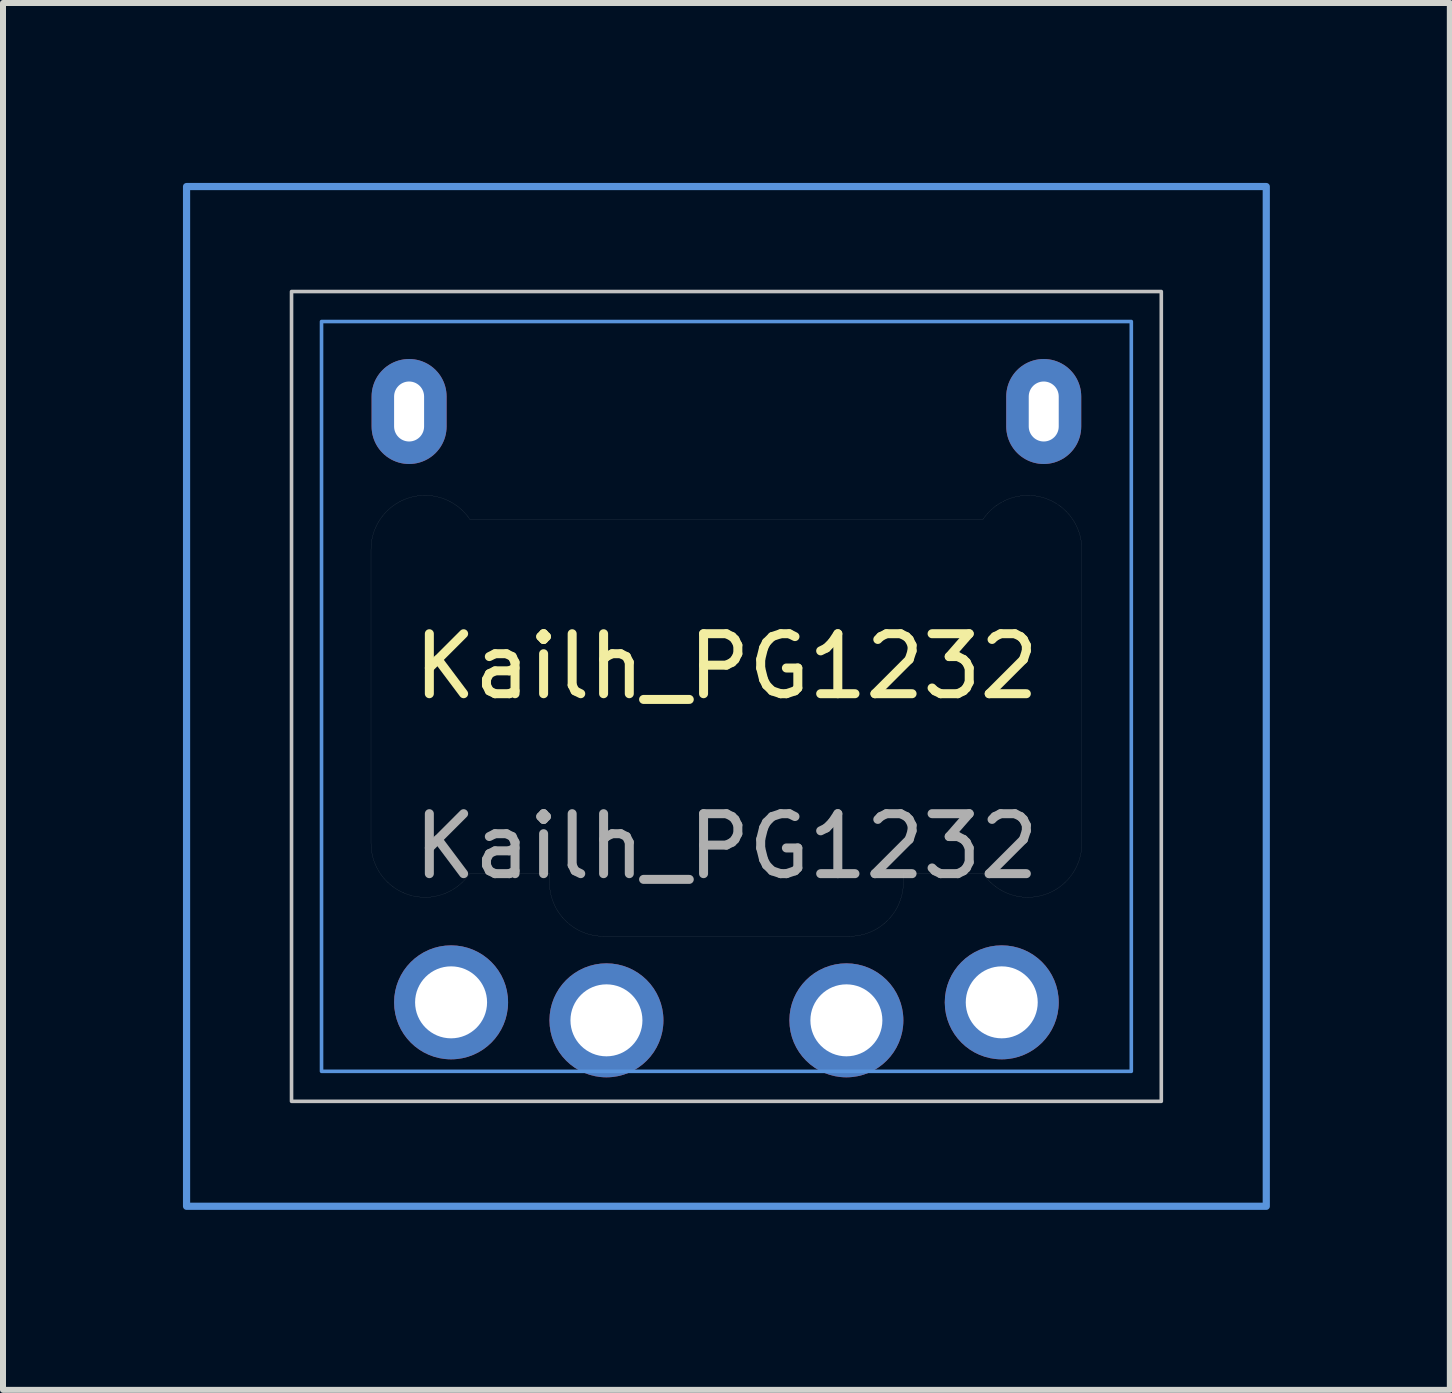
<source format=kicad_pcb>
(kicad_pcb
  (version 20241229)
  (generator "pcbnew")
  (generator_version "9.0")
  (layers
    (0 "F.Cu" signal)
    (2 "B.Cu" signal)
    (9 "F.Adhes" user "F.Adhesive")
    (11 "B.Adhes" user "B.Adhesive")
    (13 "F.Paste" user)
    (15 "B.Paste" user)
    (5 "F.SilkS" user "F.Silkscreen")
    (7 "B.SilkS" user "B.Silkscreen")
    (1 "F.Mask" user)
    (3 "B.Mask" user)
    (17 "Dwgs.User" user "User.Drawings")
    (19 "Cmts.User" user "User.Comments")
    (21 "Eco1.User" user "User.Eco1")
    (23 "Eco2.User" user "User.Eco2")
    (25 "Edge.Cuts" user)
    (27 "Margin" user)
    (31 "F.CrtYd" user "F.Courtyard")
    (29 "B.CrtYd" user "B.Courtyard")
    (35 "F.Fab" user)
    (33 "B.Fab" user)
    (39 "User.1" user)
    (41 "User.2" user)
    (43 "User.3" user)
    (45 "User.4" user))
  (footprint "Kailh_PG1232"
    (layer "F.Cu")
    (at 9.06 8.56)
    (property "Reference" "Kailh_PG1232" (at 0 -0.5 0) (unlocked yes) (layer "F.SilkS") (effects (font (size 1 1) (thickness 0.15))))
    (fp_rect (start -7.25 -6.75) (end 7.25 6.75) (stroke (width 0.06) (type solid)) (fill no) (layer "Dwgs.User"))
    (fp_rect (start -9 -8.5) (end 9 8.5) (stroke (width 0.12) (type solid)) (fill no) (layer "Cmts.User"))
    (fp_rect (start -6.75 -6.25) (end 6.75 6.25) (stroke (width 0.06) (type solid)) (fill no) (layer "Cmts.User"))
    (fp_line (start -5.925 -2.451) (end -5.925 -2.451) (stroke (width 0.001) (type solid)) (layer "Edge.Cuts"))
    (fp_line (start -5.925 -2.451) (end -5.925 2.449) (stroke (width 0.001) (type solid)) (layer "Edge.Cuts"))
    (fp_line (start -5.925 2.449) (end -5.925 2.449) (stroke (width 0.001) (type solid)) (layer "Edge.Cuts"))
    (fp_line (start -5.925 2.449) (end -5.924 2.486) (stroke (width 0.001) (type solid)) (layer "Edge.Cuts"))
    (fp_line (start -5.924 -2.488) (end -5.925 -2.451) (stroke (width 0.001) (type solid)) (layer "Edge.Cuts"))
    (fp_line (start -5.924 2.486) (end -5.922 2.522) (stroke (width 0.001) (type solid)) (layer "Edge.Cuts"))
    (fp_line (start -5.922 -2.525) (end -5.924 -2.488) (stroke (width 0.001) (type solid)) (layer "Edge.Cuts"))
    (fp_line (start -5.922 2.522) (end -5.913 2.595) (stroke (width 0.001) (type solid)) (layer "Edge.Cuts"))
    (fp_line (start -5.918 -2.561) (end -5.922 -2.525) (stroke (width 0.001) (type solid)) (layer "Edge.Cuts"))
    (fp_line (start -5.913 -2.597) (end -5.918 -2.561) (stroke (width 0.001) (type solid)) (layer "Edge.Cuts"))
    (fp_line (start -5.913 2.595) (end -5.899 2.666) (stroke (width 0.001) (type solid)) (layer "Edge.Cuts"))
    (fp_line (start -5.907 -2.633) (end -5.913 -2.597) (stroke (width 0.001) (type solid)) (layer "Edge.Cuts"))
    (fp_line (start -5.899 -2.668) (end -5.907 -2.633) (stroke (width 0.001) (type solid)) (layer "Edge.Cuts"))
    (fp_line (start -5.899 2.666) (end -5.879 2.734) (stroke (width 0.001) (type solid)) (layer "Edge.Cuts"))
    (fp_line (start -5.889 -2.703) (end -5.899 -2.668) (stroke (width 0.001) (type solid)) (layer "Edge.Cuts"))
    (fp_line (start -5.879 -2.737) (end -5.889 -2.703) (stroke (width 0.001) (type solid)) (layer "Edge.Cuts"))
    (fp_line (start -5.879 2.734) (end -5.853 2.801) (stroke (width 0.001) (type solid)) (layer "Edge.Cuts"))
    (fp_line (start -5.867 -2.771) (end -5.879 -2.737) (stroke (width 0.001) (type solid)) (layer "Edge.Cuts"))
    (fp_line (start -5.853 -2.804) (end -5.867 -2.771) (stroke (width 0.001) (type solid)) (layer "Edge.Cuts"))
    (fp_line (start -5.853 2.801) (end -5.823 2.865) (stroke (width 0.001) (type solid)) (layer "Edge.Cuts"))
    (fp_line (start -5.839 -2.836) (end -5.853 -2.804) (stroke (width 0.001) (type solid)) (layer "Edge.Cuts"))
    (fp_line (start -5.823 -2.868) (end -5.839 -2.836) (stroke (width 0.001) (type solid)) (layer "Edge.Cuts"))
    (fp_line (start -5.823 2.865) (end -5.788 2.926) (stroke (width 0.001) (type solid)) (layer "Edge.Cuts"))
    (fp_line (start -5.806 -2.899) (end -5.823 -2.868) (stroke (width 0.001) (type solid)) (layer "Edge.Cuts"))
    (fp_line (start -5.788 2.926) (end -5.748 2.985) (stroke (width 0.001) (type solid)) (layer "Edge.Cuts"))
    (fp_line (start -5.788 -2.929) (end -5.806 -2.899) (stroke (width 0.001) (type solid)) (layer "Edge.Cuts"))
    (fp_line (start -5.768 -2.959) (end -5.788 -2.929) (stroke (width 0.001) (type solid)) (layer "Edge.Cuts"))
    (fp_line (start -5.748 -2.987) (end -5.768 -2.959) (stroke (width 0.001) (type solid)) (layer "Edge.Cuts"))
    (fp_line (start -5.748 2.985) (end -5.704 3.04) (stroke (width 0.001) (type solid)) (layer "Edge.Cuts"))
    (fp_line (start -5.726 -3.015) (end -5.748 -2.987) (stroke (width 0.001) (type solid)) (layer "Edge.Cuts"))
    (fp_line (start -5.704 -3.042) (end -5.726 -3.015) (stroke (width 0.001) (type solid)) (layer "Edge.Cuts"))
    (fp_line (start -5.704 3.04) (end -5.655 3.091) (stroke (width 0.001) (type solid)) (layer "Edge.Cuts"))
    (fp_line (start -5.68 -3.069) (end -5.704 -3.042) (stroke (width 0.001) (type solid)) (layer "Edge.Cuts"))
    (fp_line (start -5.655 3.091) (end -5.602 3.139) (stroke (width 0.001) (type solid)) (layer "Edge.Cuts"))
    (fp_line (start -5.655 -3.094) (end -5.68 -3.069) (stroke (width 0.001) (type solid)) (layer "Edge.Cuts"))
    (fp_line (start -5.629 -3.118) (end -5.655 -3.094) (stroke (width 0.001) (type solid)) (layer "Edge.Cuts"))
    (fp_line (start -5.602 3.139) (end -5.546 3.183) (stroke (width 0.001) (type solid)) (layer "Edge.Cuts"))
    (fp_line (start -5.602 -3.142) (end -5.629 -3.118) (stroke (width 0.001) (type solid)) (layer "Edge.Cuts"))
    (fp_line (start -5.575 -3.164) (end -5.602 -3.142) (stroke (width 0.001) (type solid)) (layer "Edge.Cuts"))
    (fp_line (start -5.546 3.183) (end -5.486 3.222) (stroke (width 0.001) (type solid)) (layer "Edge.Cuts"))
    (fp_line (start -5.546 -3.185) (end -5.575 -3.164) (stroke (width 0.001) (type solid)) (layer "Edge.Cuts"))
    (fp_line (start -5.517 -3.205) (end -5.546 -3.185) (stroke (width 0.001) (type solid)) (layer "Edge.Cuts"))
    (fp_line (start -5.486 3.222) (end -5.423 3.256) (stroke (width 0.001) (type solid)) (layer "Edge.Cuts"))
    (fp_line (start -5.486 -3.224) (end -5.517 -3.205) (stroke (width 0.001) (type solid)) (layer "Edge.Cuts"))
    (fp_line (start -5.455 -3.242) (end -5.486 -3.224) (stroke (width 0.001) (type solid)) (layer "Edge.Cuts"))
    (fp_line (start -5.423 3.256) (end -5.356 3.286) (stroke (width 0.001) (type solid)) (layer "Edge.Cuts"))
    (fp_line (start -5.423 -3.259) (end -5.455 -3.242) (stroke (width 0.001) (type solid)) (layer "Edge.Cuts"))
    (fp_line (start -5.39 -3.274) (end -5.423 -3.259) (stroke (width 0.001) (type solid)) (layer "Edge.Cuts"))
    (fp_line (start -5.356 3.286) (end -5.321 3.298) (stroke (width 0.001) (type solid)) (layer "Edge.Cuts"))
    (fp_line (start -5.356 -3.288) (end -5.39 -3.274) (stroke (width 0.001) (type solid)) (layer "Edge.Cuts"))
    (fp_line (start -5.321 3.298) (end -5.286 3.31) (stroke (width 0.001) (type solid)) (layer "Edge.Cuts"))
    (fp_line (start -5.321 -3.301) (end -5.356 -3.288) (stroke (width 0.001) (type solid)) (layer "Edge.Cuts"))
    (fp_line (start -5.286 3.31) (end -5.286 3.31) (stroke (width 0.001) (type solid)) (layer "Edge.Cuts"))
    (fp_line (start -5.286 3.31) (end -5.215 3.328) (stroke (width 0.001) (type solid)) (layer "Edge.Cuts"))
    (fp_line (start -5.286 -3.313) (end -5.321 -3.301) (stroke (width 0.001) (type solid)) (layer "Edge.Cuts"))
    (fp_line (start -5.286 -3.313) (end -5.286 -3.313) (stroke (width 0.001) (type solid)) (layer "Edge.Cuts"))
    (fp_line (start -5.251 -3.323) (end -5.286 -3.313) (stroke (width 0.001) (type solid)) (layer "Edge.Cuts"))
    (fp_line (start -5.215 3.328) (end -5.143 3.341) (stroke (width 0.001) (type solid)) (layer "Edge.Cuts"))
    (fp_line (start -5.215 -3.331) (end -5.251 -3.323) (stroke (width 0.001) (type solid)) (layer "Edge.Cuts"))
    (fp_line (start -5.179 -3.338) (end -5.215 -3.331) (stroke (width 0.001) (type solid)) (layer "Edge.Cuts"))
    (fp_line (start -5.143 3.341) (end -5.071 3.348) (stroke (width 0.001) (type solid)) (layer "Edge.Cuts"))
    (fp_line (start -5.143 -3.344) (end -5.179 -3.338) (stroke (width 0.001) (type solid)) (layer "Edge.Cuts"))
    (fp_line (start -5.107 -3.348) (end -5.143 -3.344) (stroke (width 0.001) (type solid)) (layer "Edge.Cuts"))
    (fp_line (start -5.071 3.348) (end -4.999 3.348) (stroke (width 0.001) (type solid)) (layer "Edge.Cuts"))
    (fp_line (start -5.071 -3.35) (end -5.107 -3.348) (stroke (width 0.001) (type solid)) (layer "Edge.Cuts"))
    (fp_line (start -5.035 -3.351) (end -5.071 -3.35) (stroke (width 0.001) (type solid)) (layer "Edge.Cuts"))
    (fp_line (start -4.999 3.348) (end -4.928 3.344) (stroke (width 0.001) (type solid)) (layer "Edge.Cuts"))
    (fp_line (start -4.999 -3.351) (end -5.035 -3.351) (stroke (width 0.001) (type solid)) (layer "Edge.Cuts"))
    (fp_line (start -4.964 -3.349) (end -4.999 -3.351) (stroke (width 0.001) (type solid)) (layer "Edge.Cuts"))
    (fp_line (start -4.928 3.344) (end -4.858 3.333) (stroke (width 0.001) (type solid)) (layer "Edge.Cuts"))
    (fp_line (start -4.928 -3.346) (end -4.964 -3.349) (stroke (width 0.001) (type solid)) (layer "Edge.Cuts"))
    (fp_line (start -4.893 -3.342) (end -4.928 -3.346) (stroke (width 0.001) (type solid)) (layer "Edge.Cuts"))
    (fp_line (start -4.858 3.333) (end -4.789 3.317) (stroke (width 0.001) (type solid)) (layer "Edge.Cuts"))
    (fp_line (start -4.858 -3.336) (end -4.893 -3.342) (stroke (width 0.001) (type solid)) (layer "Edge.Cuts"))
    (fp_line (start -4.824 -3.328) (end -4.858 -3.336) (stroke (width 0.001) (type solid)) (layer "Edge.Cuts"))
    (fp_line (start -4.789 3.317) (end -4.722 3.296) (stroke (width 0.001) (type solid)) (layer "Edge.Cuts"))
    (fp_line (start -4.789 -3.32) (end -4.824 -3.328) (stroke (width 0.001) (type solid)) (layer "Edge.Cuts"))
    (fp_line (start -4.755 -3.31) (end -4.789 -3.32) (stroke (width 0.001) (type solid)) (layer "Edge.Cuts"))
    (fp_line (start -4.722 3.296) (end -4.656 3.27) (stroke (width 0.001) (type solid)) (layer "Edge.Cuts"))
    (fp_line (start -4.722 -3.299) (end -4.755 -3.31) (stroke (width 0.001) (type solid)) (layer "Edge.Cuts"))
    (fp_line (start -4.689 -3.286) (end -4.722 -3.299) (stroke (width 0.001) (type solid)) (layer "Edge.Cuts"))
    (fp_line (start -4.656 3.27) (end -4.593 3.238) (stroke (width 0.001) (type solid)) (layer "Edge.Cuts"))
    (fp_line (start -4.656 -3.272) (end -4.689 -3.286) (stroke (width 0.001) (type solid)) (layer "Edge.Cuts"))
    (fp_line (start -4.624 -3.257) (end -4.656 -3.272) (stroke (width 0.001) (type solid)) (layer "Edge.Cuts"))
    (fp_line (start -4.593 3.238) (end -4.532 3.202) (stroke (width 0.001) (type solid)) (layer "Edge.Cuts"))
    (fp_line (start -4.593 -3.241) (end -4.624 -3.257) (stroke (width 0.001) (type solid)) (layer "Edge.Cuts"))
    (fp_line (start -4.562 -3.223) (end -4.593 -3.241) (stroke (width 0.001) (type solid)) (layer "Edge.Cuts"))
    (fp_line (start -4.532 3.202) (end -4.474 3.16) (stroke (width 0.001) (type solid)) (layer "Edge.Cuts"))
    (fp_line (start -4.532 -3.204) (end -4.562 -3.223) (stroke (width 0.001) (type solid)) (layer "Edge.Cuts"))
    (fp_line (start -4.503 -3.184) (end -4.532 -3.204) (stroke (width 0.001) (type solid)) (layer "Edge.Cuts"))
    (fp_line (start -4.474 3.16) (end -4.419 3.114) (stroke (width 0.001) (type solid)) (layer "Edge.Cuts"))
    (fp_line (start -4.474 -3.163) (end -4.503 -3.184) (stroke (width 0.001) (type solid)) (layer "Edge.Cuts"))
    (fp_line (start -4.446 -3.141) (end -4.474 -3.163) (stroke (width 0.001) (type solid)) (layer "Edge.Cuts"))
    (fp_line (start -4.419 3.114) (end -4.368 3.064) (stroke (width 0.001) (type solid)) (layer "Edge.Cuts"))
    (fp_line (start -4.419 -3.117) (end -4.446 -3.141) (stroke (width 0.001) (type solid)) (layer "Edge.Cuts"))
    (fp_line (start -4.393 -3.092) (end -4.419 -3.117) (stroke (width 0.001) (type solid)) (layer "Edge.Cuts"))
    (fp_line (start -4.368 3.064) (end -4.32 3.008) (stroke (width 0.001) (type solid)) (layer "Edge.Cuts"))
    (fp_line (start -4.368 -3.066) (end -4.393 -3.092) (stroke (width 0.001) (type solid)) (layer "Edge.Cuts"))
    (fp_line (start -4.343 -3.039) (end -4.368 -3.066) (stroke (width 0.001) (type solid)) (layer "Edge.Cuts"))
    (fp_line (start -4.32 3.008) (end -4.277 2.949) (stroke (width 0.001) (type solid)) (layer "Edge.Cuts"))
    (fp_line (start -4.32 -3.011) (end -4.343 -3.039) (stroke (width 0.001) (type solid)) (layer "Edge.Cuts"))
    (fp_line (start -4.298 -2.982) (end -4.32 -3.011) (stroke (width 0.001) (type solid)) (layer "Edge.Cuts"))
    (fp_line (start -4.277 2.949) (end -4.277 2.949) (stroke (width 0.001) (type solid)) (layer "Edge.Cuts"))
    (fp_line (start -4.277 2.949) (end -2.95 2.949) (stroke (width 0.001) (type solid)) (layer "Edge.Cuts"))
    (fp_line (start -4.277 -2.951) (end -4.298 -2.982) (stroke (width 0.001) (type solid)) (layer "Edge.Cuts"))
    (fp_line (start -2.95 2.949) (end -2.95 2.949) (stroke (width 0.001) (type solid)) (layer "Edge.Cuts"))
    (fp_line (start -2.95 2.949) (end -2.95 3.099) (stroke (width 0.001) (type solid)) (layer "Edge.Cuts"))
    (fp_line (start -2.95 3.099) (end -2.95 3.099) (stroke (width 0.001) (type solid)) (layer "Edge.Cuts"))
    (fp_line (start -2.95 3.099) (end -2.949 3.143) (stroke (width 0.001) (type solid)) (layer "Edge.Cuts"))
    (fp_line (start -2.949 3.143) (end -2.946 3.188) (stroke (width 0.001) (type solid)) (layer "Edge.Cuts"))
    (fp_line (start -2.946 3.188) (end -2.94 3.232) (stroke (width 0.001) (type solid)) (layer "Edge.Cuts"))
    (fp_line (start -2.94 3.232) (end -2.933 3.275) (stroke (width 0.001) (type solid)) (layer "Edge.Cuts"))
    (fp_line (start -2.933 3.275) (end -2.923 3.318) (stroke (width 0.001) (type solid)) (layer "Edge.Cuts"))
    (fp_line (start -2.923 3.318) (end -2.911 3.36) (stroke (width 0.001) (type solid)) (layer "Edge.Cuts"))
    (fp_line (start -2.911 3.36) (end -2.897 3.402) (stroke (width 0.001) (type solid)) (layer "Edge.Cuts"))
    (fp_line (start -2.897 3.402) (end -2.881 3.443) (stroke (width 0.001) (type solid)) (layer "Edge.Cuts"))
    (fp_line (start -2.881 3.443) (end -2.864 3.483) (stroke (width 0.001) (type solid)) (layer "Edge.Cuts"))
    (fp_line (start -2.864 3.483) (end -2.844 3.523) (stroke (width 0.001) (type solid)) (layer "Edge.Cuts"))
    (fp_line (start -2.844 3.523) (end -2.822 3.561) (stroke (width 0.001) (type solid)) (layer "Edge.Cuts"))
    (fp_line (start -2.822 3.561) (end -2.799 3.598) (stroke (width 0.001) (type solid)) (layer "Edge.Cuts"))
    (fp_line (start -2.799 3.598) (end -2.773 3.634) (stroke (width 0.001) (type solid)) (layer "Edge.Cuts"))
    (fp_line (start -2.773 3.634) (end -2.746 3.669) (stroke (width 0.001) (type solid)) (layer "Edge.Cuts"))
    (fp_line (start -2.746 3.669) (end -2.717 3.703) (stroke (width 0.001) (type solid)) (layer "Edge.Cuts"))
    (fp_line (start -2.717 3.703) (end -2.686 3.735) (stroke (width 0.001) (type solid)) (layer "Edge.Cuts"))
    (fp_line (start -2.686 3.735) (end -2.686 3.735) (stroke (width 0.001) (type solid)) (layer "Edge.Cuts"))
    (fp_line (start -2.686 3.735) (end -2.654 3.766) (stroke (width 0.001) (type solid)) (layer "Edge.Cuts"))
    (fp_line (start -2.654 3.766) (end -2.62 3.795) (stroke (width 0.001) (type solid)) (layer "Edge.Cuts"))
    (fp_line (start -2.62 3.795) (end -2.585 3.822) (stroke (width 0.001) (type solid)) (layer "Edge.Cuts"))
    (fp_line (start -2.585 3.822) (end -2.549 3.848) (stroke (width 0.001) (type solid)) (layer "Edge.Cuts"))
    (fp_line (start -2.549 3.848) (end -2.512 3.871) (stroke (width 0.001) (type solid)) (layer "Edge.Cuts"))
    (fp_line (start -2.512 3.871) (end -2.474 3.893) (stroke (width 0.001) (type solid)) (layer "Edge.Cuts"))
    (fp_line (start -2.474 3.893) (end -2.435 3.912) (stroke (width 0.001) (type solid)) (layer "Edge.Cuts"))
    (fp_line (start -2.435 3.912) (end -2.394 3.93) (stroke (width 0.001) (type solid)) (layer "Edge.Cuts"))
    (fp_line (start -2.394 3.93) (end -2.353 3.946) (stroke (width 0.001) (type solid)) (layer "Edge.Cuts"))
    (fp_line (start -2.353 3.946) (end -2.312 3.96) (stroke (width 0.001) (type solid)) (layer "Edge.Cuts"))
    (fp_line (start -2.312 3.96) (end -2.269 3.972) (stroke (width 0.001) (type solid)) (layer "Edge.Cuts"))
    (fp_line (start -2.269 3.972) (end -2.226 3.981) (stroke (width 0.001) (type solid)) (layer "Edge.Cuts"))
    (fp_line (start -2.226 3.981) (end -2.183 3.989) (stroke (width 0.001) (type solid)) (layer "Edge.Cuts"))
    (fp_line (start -2.183 3.989) (end -2.139 3.994) (stroke (width 0.001) (type solid)) (layer "Edge.Cuts"))
    (fp_line (start -2.139 3.994) (end -2.095 3.998) (stroke (width 0.001) (type solid)) (layer "Edge.Cuts"))
    (fp_line (start -2.095 3.998) (end -2.05 3.999) (stroke (width 0.001) (type solid)) (layer "Edge.Cuts"))
    (fp_line (start -2.05 3.999) (end -2.05 3.999) (stroke (width 0.001) (type solid)) (layer "Edge.Cuts"))
    (fp_line (start -2.05 3.999) (end 2.05 3.999) (stroke (width 0.001) (type solid)) (layer "Edge.Cuts"))
    (fp_line (start 2.05 3.999) (end 2.05 3.999) (stroke (width 0.001) (type solid)) (layer "Edge.Cuts"))
    (fp_line (start 2.05 3.999) (end 2.095 3.998) (stroke (width 0.001) (type solid)) (layer "Edge.Cuts"))
    (fp_line (start 2.095 3.998) (end 2.139 3.994) (stroke (width 0.001) (type solid)) (layer "Edge.Cuts"))
    (fp_line (start 2.139 3.994) (end 2.183 3.989) (stroke (width 0.001) (type solid)) (layer "Edge.Cuts"))
    (fp_line (start 2.183 3.989) (end 2.226 3.981) (stroke (width 0.001) (type solid)) (layer "Edge.Cuts"))
    (fp_line (start 2.226 3.981) (end 2.269 3.972) (stroke (width 0.001) (type solid)) (layer "Edge.Cuts"))
    (fp_line (start 2.269 3.972) (end 2.312 3.96) (stroke (width 0.001) (type solid)) (layer "Edge.Cuts"))
    (fp_line (start 2.312 3.96) (end 2.353 3.946) (stroke (width 0.001) (type solid)) (layer "Edge.Cuts"))
    (fp_line (start 2.353 3.946) (end 2.394 3.93) (stroke (width 0.001) (type solid)) (layer "Edge.Cuts"))
    (fp_line (start 2.394 3.93) (end 2.435 3.912) (stroke (width 0.001) (type solid)) (layer "Edge.Cuts"))
    (fp_line (start 2.435 3.912) (end 2.474 3.893) (stroke (width 0.001) (type solid)) (layer "Edge.Cuts"))
    (fp_line (start 2.474 3.893) (end 2.512 3.871) (stroke (width 0.001) (type solid)) (layer "Edge.Cuts"))
    (fp_line (start 2.512 3.871) (end 2.549 3.848) (stroke (width 0.001) (type solid)) (layer "Edge.Cuts"))
    (fp_line (start 2.549 3.848) (end 2.585 3.822) (stroke (width 0.001) (type solid)) (layer "Edge.Cuts"))
    (fp_line (start 2.585 3.822) (end 2.62 3.795) (stroke (width 0.001) (type solid)) (layer "Edge.Cuts"))
    (fp_line (start 2.62 3.795) (end 2.654 3.766) (stroke (width 0.001) (type solid)) (layer "Edge.Cuts"))
    (fp_line (start 2.654 3.766) (end 2.686 3.735) (stroke (width 0.001) (type solid)) (layer "Edge.Cuts"))
    (fp_line (start 2.686 3.735) (end 2.686 3.735) (stroke (width 0.001) (type solid)) (layer "Edge.Cuts"))
    (fp_line (start 2.686 3.735) (end 2.717 3.703) (stroke (width 0.001) (type solid)) (layer "Edge.Cuts"))
    (fp_line (start 2.717 3.703) (end 2.746 3.669) (stroke (width 0.001) (type solid)) (layer "Edge.Cuts"))
    (fp_line (start 2.746 3.669) (end 2.773 3.634) (stroke (width 0.001) (type solid)) (layer "Edge.Cuts"))
    (fp_line (start 2.773 3.634) (end 2.799 3.598) (stroke (width 0.001) (type solid)) (layer "Edge.Cuts"))
    (fp_line (start 2.799 3.598) (end 2.822 3.561) (stroke (width 0.001) (type solid)) (layer "Edge.Cuts"))
    (fp_line (start 2.822 3.561) (end 2.844 3.523) (stroke (width 0.001) (type solid)) (layer "Edge.Cuts"))
    (fp_line (start 2.844 3.523) (end 2.864 3.483) (stroke (width 0.001) (type solid)) (layer "Edge.Cuts"))
    (fp_line (start 2.864 3.483) (end 2.881 3.443) (stroke (width 0.001) (type solid)) (layer "Edge.Cuts"))
    (fp_line (start 2.881 3.443) (end 2.897 3.402) (stroke (width 0.001) (type solid)) (layer "Edge.Cuts"))
    (fp_line (start 2.897 3.402) (end 2.911 3.36) (stroke (width 0.001) (type solid)) (layer "Edge.Cuts"))
    (fp_line (start 2.911 3.36) (end 2.923 3.318) (stroke (width 0.001) (type solid)) (layer "Edge.Cuts"))
    (fp_line (start 2.923 3.318) (end 2.933 3.275) (stroke (width 0.001) (type solid)) (layer "Edge.Cuts"))
    (fp_line (start 2.933 3.275) (end 2.94 3.232) (stroke (width 0.001) (type solid)) (layer "Edge.Cuts"))
    (fp_line (start 2.94 3.232) (end 2.946 3.188) (stroke (width 0.001) (type solid)) (layer "Edge.Cuts"))
    (fp_line (start 2.946 3.188) (end 2.949 3.143) (stroke (width 0.001) (type solid)) (layer "Edge.Cuts"))
    (fp_line (start 2.949 3.143) (end 2.95 3.099) (stroke (width 0.001) (type solid)) (layer "Edge.Cuts"))
    (fp_line (start 2.95 2.949) (end 2.95 2.949) (stroke (width 0.001) (type solid)) (layer "Edge.Cuts"))
    (fp_line (start 2.95 2.949) (end 4.277 2.949) (stroke (width 0.001) (type solid)) (layer "Edge.Cuts"))
    (fp_line (start 2.95 3.099) (end 2.95 2.949) (stroke (width 0.001) (type solid)) (layer "Edge.Cuts"))
    (fp_line (start 2.95 3.099) (end 2.95 3.099) (stroke (width 0.001) (type solid)) (layer "Edge.Cuts"))
    (fp_line (start 4.277 2.949) (end 4.277 2.949) (stroke (width 0.001) (type solid)) (layer "Edge.Cuts"))
    (fp_line (start 4.277 2.949) (end 4.298 2.979) (stroke (width 0.001) (type solid)) (layer "Edge.Cuts"))
    (fp_line (start 4.277 -2.951) (end -4.277 -2.951) (stroke (width 0.001) (type solid)) (layer "Edge.Cuts"))
    (fp_line (start 4.277 -2.951) (end 4.277 -2.951) (stroke (width 0.001) (type solid)) (layer "Edge.Cuts"))
    (fp_line (start 4.298 2.979) (end 4.32 3.008) (stroke (width 0.001) (type solid)) (layer "Edge.Cuts"))
    (fp_line (start 4.32 3.008) (end 4.343 3.037) (stroke (width 0.001) (type solid)) (layer "Edge.Cuts"))
    (fp_line (start 4.32 -3.011) (end 4.277 -2.951) (stroke (width 0.001) (type solid)) (layer "Edge.Cuts"))
    (fp_line (start 4.343 3.037) (end 4.368 3.064) (stroke (width 0.001) (type solid)) (layer "Edge.Cuts"))
    (fp_line (start 4.368 3.064) (end 4.393 3.09) (stroke (width 0.001) (type solid)) (layer "Edge.Cuts"))
    (fp_line (start 4.368 -3.066) (end 4.32 -3.011) (stroke (width 0.001) (type solid)) (layer "Edge.Cuts"))
    (fp_line (start 4.393 3.09) (end 4.419 3.114) (stroke (width 0.001) (type solid)) (layer "Edge.Cuts"))
    (fp_line (start 4.419 3.114) (end 4.446 3.138) (stroke (width 0.001) (type solid)) (layer "Edge.Cuts"))
    (fp_line (start 4.419 -3.117) (end 4.368 -3.066) (stroke (width 0.001) (type solid)) (layer "Edge.Cuts"))
    (fp_line (start 4.446 3.138) (end 4.474 3.16) (stroke (width 0.001) (type solid)) (layer "Edge.Cuts"))
    (fp_line (start 4.474 3.16) (end 4.503 3.182) (stroke (width 0.001) (type solid)) (layer "Edge.Cuts"))
    (fp_line (start 4.474 -3.163) (end 4.419 -3.117) (stroke (width 0.001) (type solid)) (layer "Edge.Cuts"))
    (fp_line (start 4.503 3.182) (end 4.532 3.202) (stroke (width 0.001) (type solid)) (layer "Edge.Cuts"))
    (fp_line (start 4.532 3.202) (end 4.562 3.221) (stroke (width 0.001) (type solid)) (layer "Edge.Cuts"))
    (fp_line (start 4.532 -3.204) (end 4.474 -3.163) (stroke (width 0.001) (type solid)) (layer "Edge.Cuts"))
    (fp_line (start 4.562 3.221) (end 4.593 3.238) (stroke (width 0.001) (type solid)) (layer "Edge.Cuts"))
    (fp_line (start 4.593 3.238) (end 4.624 3.255) (stroke (width 0.001) (type solid)) (layer "Edge.Cuts"))
    (fp_line (start 4.593 -3.241) (end 4.532 -3.204) (stroke (width 0.001) (type solid)) (layer "Edge.Cuts"))
    (fp_line (start 4.624 3.255) (end 4.656 3.27) (stroke (width 0.001) (type solid)) (layer "Edge.Cuts"))
    (fp_line (start 4.656 3.27) (end 4.689 3.284) (stroke (width 0.001) (type solid)) (layer "Edge.Cuts"))
    (fp_line (start 4.656 -3.272) (end 4.593 -3.241) (stroke (width 0.001) (type solid)) (layer "Edge.Cuts"))
    (fp_line (start 4.689 3.284) (end 4.722 3.296) (stroke (width 0.001) (type solid)) (layer "Edge.Cuts"))
    (fp_line (start 4.722 3.296) (end 4.755 3.307) (stroke (width 0.001) (type solid)) (layer "Edge.Cuts"))
    (fp_line (start 4.722 -3.299) (end 4.656 -3.272) (stroke (width 0.001) (type solid)) (layer "Edge.Cuts"))
    (fp_line (start 4.755 3.307) (end 4.789 3.317) (stroke (width 0.001) (type solid)) (layer "Edge.Cuts"))
    (fp_line (start 4.789 3.317) (end 4.824 3.326) (stroke (width 0.001) (type solid)) (layer "Edge.Cuts"))
    (fp_line (start 4.789 -3.32) (end 4.722 -3.299) (stroke (width 0.001) (type solid)) (layer "Edge.Cuts"))
    (fp_line (start 4.824 3.326) (end 4.858 3.333) (stroke (width 0.001) (type solid)) (layer "Edge.Cuts"))
    (fp_line (start 4.858 3.333) (end 4.893 3.339) (stroke (width 0.001) (type solid)) (layer "Edge.Cuts"))
    (fp_line (start 4.858 -3.336) (end 4.789 -3.32) (stroke (width 0.001) (type solid)) (layer "Edge.Cuts"))
    (fp_line (start 4.893 3.339) (end 4.928 3.344) (stroke (width 0.001) (type solid)) (layer "Edge.Cuts"))
    (fp_line (start 4.928 3.344) (end 4.964 3.347) (stroke (width 0.001) (type solid)) (layer "Edge.Cuts"))
    (fp_line (start 4.928 -3.346) (end 4.858 -3.336) (stroke (width 0.001) (type solid)) (layer "Edge.Cuts"))
    (fp_line (start 4.964 3.347) (end 4.999 3.348) (stroke (width 0.001) (type solid)) (layer "Edge.Cuts"))
    (fp_line (start 4.999 3.348) (end 5.035 3.349) (stroke (width 0.001) (type solid)) (layer "Edge.Cuts"))
    (fp_line (start 4.999 -3.351) (end 4.928 -3.346) (stroke (width 0.001) (type solid)) (layer "Edge.Cuts"))
    (fp_line (start 5.035 3.349) (end 5.071 3.348) (stroke (width 0.001) (type solid)) (layer "Edge.Cuts"))
    (fp_line (start 5.071 3.348) (end 5.107 3.345) (stroke (width 0.001) (type solid)) (layer "Edge.Cuts"))
    (fp_line (start 5.071 -3.35) (end 4.999 -3.351) (stroke (width 0.001) (type solid)) (layer "Edge.Cuts"))
    (fp_line (start 5.107 3.345) (end 5.143 3.341) (stroke (width 0.001) (type solid)) (layer "Edge.Cuts"))
    (fp_line (start 5.143 3.341) (end 5.179 3.335) (stroke (width 0.001) (type solid)) (layer "Edge.Cuts"))
    (fp_line (start 5.143 -3.344) (end 5.071 -3.35) (stroke (width 0.001) (type solid)) (layer "Edge.Cuts"))
    (fp_line (start 5.179 3.335) (end 5.215 3.328) (stroke (width 0.001) (type solid)) (layer "Edge.Cuts"))
    (fp_line (start 5.215 3.328) (end 5.251 3.32) (stroke (width 0.001) (type solid)) (layer "Edge.Cuts"))
    (fp_line (start 5.215 -3.331) (end 5.143 -3.344) (stroke (width 0.001) (type solid)) (layer "Edge.Cuts"))
    (fp_line (start 5.251 3.32) (end 5.286 3.31) (stroke (width 0.001) (type solid)) (layer "Edge.Cuts"))
    (fp_line (start 5.286 3.31) (end 5.286 3.31) (stroke (width 0.001) (type solid)) (layer "Edge.Cuts"))
    (fp_line (start 5.286 3.31) (end 5.321 3.298) (stroke (width 0.001) (type solid)) (layer "Edge.Cuts"))
    (fp_line (start 5.286 -3.313) (end 5.215 -3.331) (stroke (width 0.001) (type solid)) (layer "Edge.Cuts"))
    (fp_line (start 5.286 -3.313) (end 5.286 -3.313) (stroke (width 0.001) (type solid)) (layer "Edge.Cuts"))
    (fp_line (start 5.321 3.298) (end 5.356 3.286) (stroke (width 0.001) (type solid)) (layer "Edge.Cuts"))
    (fp_line (start 5.321 -3.301) (end 5.286 -3.313) (stroke (width 0.001) (type solid)) (layer "Edge.Cuts"))
    (fp_line (start 5.356 3.286) (end 5.39 3.272) (stroke (width 0.001) (type solid)) (layer "Edge.Cuts"))
    (fp_line (start 5.356 -3.288) (end 5.321 -3.301) (stroke (width 0.001) (type solid)) (layer "Edge.Cuts"))
    (fp_line (start 5.39 3.272) (end 5.423 3.256) (stroke (width 0.001) (type solid)) (layer "Edge.Cuts"))
    (fp_line (start 5.423 3.256) (end 5.455 3.24) (stroke (width 0.001) (type solid)) (layer "Edge.Cuts"))
    (fp_line (start 5.423 -3.259) (end 5.356 -3.288) (stroke (width 0.001) (type solid)) (layer "Edge.Cuts"))
    (fp_line (start 5.455 3.24) (end 5.486 3.222) (stroke (width 0.001) (type solid)) (layer "Edge.Cuts"))
    (fp_line (start 5.486 3.222) (end 5.517 3.203) (stroke (width 0.001) (type solid)) (layer "Edge.Cuts"))
    (fp_line (start 5.486 -3.224) (end 5.423 -3.259) (stroke (width 0.001) (type solid)) (layer "Edge.Cuts"))
    (fp_line (start 5.517 3.203) (end 5.546 3.183) (stroke (width 0.001) (type solid)) (layer "Edge.Cuts"))
    (fp_line (start 5.546 3.183) (end 5.575 3.161) (stroke (width 0.001) (type solid)) (layer "Edge.Cuts"))
    (fp_line (start 5.546 -3.185) (end 5.486 -3.224) (stroke (width 0.001) (type solid)) (layer "Edge.Cuts"))
    (fp_line (start 5.575 3.161) (end 5.602 3.139) (stroke (width 0.001) (type solid)) (layer "Edge.Cuts"))
    (fp_line (start 5.602 3.139) (end 5.629 3.116) (stroke (width 0.001) (type solid)) (layer "Edge.Cuts"))
    (fp_line (start 5.602 -3.142) (end 5.546 -3.185) (stroke (width 0.001) (type solid)) (layer "Edge.Cuts"))
    (fp_line (start 5.629 3.116) (end 5.655 3.091) (stroke (width 0.001) (type solid)) (layer "Edge.Cuts"))
    (fp_line (start 5.655 3.091) (end 5.68 3.066) (stroke (width 0.001) (type solid)) (layer "Edge.Cuts"))
    (fp_line (start 5.655 -3.094) (end 5.602 -3.142) (stroke (width 0.001) (type solid)) (layer "Edge.Cuts"))
    (fp_line (start 5.68 3.066) (end 5.704 3.04) (stroke (width 0.001) (type solid)) (layer "Edge.Cuts"))
    (fp_line (start 5.704 3.04) (end 5.726 3.013) (stroke (width 0.001) (type solid)) (layer "Edge.Cuts"))
    (fp_line (start 5.704 -3.042) (end 5.655 -3.094) (stroke (width 0.001) (type solid)) (layer "Edge.Cuts"))
    (fp_line (start 5.726 3.013) (end 5.748 2.985) (stroke (width 0.001) (type solid)) (layer "Edge.Cuts"))
    (fp_line (start 5.748 2.985) (end 5.768 2.956) (stroke (width 0.001) (type solid)) (layer "Edge.Cuts"))
    (fp_line (start 5.748 -2.987) (end 5.704 -3.042) (stroke (width 0.001) (type solid)) (layer "Edge.Cuts"))
    (fp_line (start 5.768 2.956) (end 5.788 2.926) (stroke (width 0.001) (type solid)) (layer "Edge.Cuts"))
    (fp_line (start 5.788 -2.929) (end 5.748 -2.987) (stroke (width 0.001) (type solid)) (layer "Edge.Cuts"))
    (fp_line (start 5.788 2.926) (end 5.806 2.896) (stroke (width 0.001) (type solid)) (layer "Edge.Cuts"))
    (fp_line (start 5.806 2.896) (end 5.823 2.865) (stroke (width 0.001) (type solid)) (layer "Edge.Cuts"))
    (fp_line (start 5.823 2.865) (end 5.839 2.833) (stroke (width 0.001) (type solid)) (layer "Edge.Cuts"))
    (fp_line (start 5.823 -2.868) (end 5.788 -2.929) (stroke (width 0.001) (type solid)) (layer "Edge.Cuts"))
    (fp_line (start 5.839 2.833) (end 5.853 2.801) (stroke (width 0.001) (type solid)) (layer "Edge.Cuts"))
    (fp_line (start 5.853 2.801) (end 5.867 2.768) (stroke (width 0.001) (type solid)) (layer "Edge.Cuts"))
    (fp_line (start 5.853 -2.804) (end 5.823 -2.868) (stroke (width 0.001) (type solid)) (layer "Edge.Cuts"))
    (fp_line (start 5.867 2.768) (end 5.879 2.734) (stroke (width 0.001) (type solid)) (layer "Edge.Cuts"))
    (fp_line (start 5.879 2.734) (end 5.889 2.7) (stroke (width 0.001) (type solid)) (layer "Edge.Cuts"))
    (fp_line (start 5.879 -2.737) (end 5.853 -2.804) (stroke (width 0.001) (type solid)) (layer "Edge.Cuts"))
    (fp_line (start 5.889 2.7) (end 5.899 2.666) (stroke (width 0.001) (type solid)) (layer "Edge.Cuts"))
    (fp_line (start 5.899 -2.668) (end 5.879 -2.737) (stroke (width 0.001) (type solid)) (layer "Edge.Cuts"))
    (fp_line (start 5.899 2.666) (end 5.907 2.63) (stroke (width 0.001) (type solid)) (layer "Edge.Cuts"))
    (fp_line (start 5.907 2.63) (end 5.913 2.595) (stroke (width 0.001) (type solid)) (layer "Edge.Cuts"))
    (fp_line (start 5.913 -2.597) (end 5.899 -2.668) (stroke (width 0.001) (type solid)) (layer "Edge.Cuts"))
    (fp_line (start 5.913 2.595) (end 5.918 2.559) (stroke (width 0.001) (type solid)) (layer "Edge.Cuts"))
    (fp_line (start 5.918 2.559) (end 5.922 2.522) (stroke (width 0.001) (type solid)) (layer "Edge.Cuts"))
    (fp_line (start 5.922 -2.525) (end 5.913 -2.597) (stroke (width 0.001) (type solid)) (layer "Edge.Cuts"))
    (fp_line (start 5.922 2.522) (end 5.924 2.486) (stroke (width 0.001) (type solid)) (layer "Edge.Cuts"))
    (fp_line (start 5.924 -2.488) (end 5.922 -2.525) (stroke (width 0.001) (type solid)) (layer "Edge.Cuts"))
    (fp_line (start 5.924 2.486) (end 5.925 2.449) (stroke (width 0.001) (type solid)) (layer "Edge.Cuts"))
    (fp_line (start 5.925 -2.451) (end 5.924 -2.488) (stroke (width 0.001) (type solid)) (layer "Edge.Cuts"))
    (fp_line (start 5.925 -2.451) (end 5.925 -2.451) (stroke (width 0.001) (type solid)) (layer "Edge.Cuts"))
    (fp_line (start 5.925 2.449) (end 5.925 -2.451) (stroke (width 0.001) (type solid)) (layer "Edge.Cuts"))
    (fp_line (start 5.925 2.449) (end 5.925 2.449) (stroke (width 0.001) (type solid)) (layer "Edge.Cuts"))
    (fp_text user "${REFERENCE}" (at 0 2.5 0) (unlocked yes) (layer "F.Fab") (effects (font (size 1 1) (thickness 0.15))))
    (pad "" thru_hole oval (at -5.29 -4.75) (size 1.25 1.75) (drill oval 0.5 1) (layers "*.Cu" "*.Mask"))
    (pad "" thru_hole oval (at 5.29 -4.75) (size 1.25 1.75) (drill oval 0.5 1) (layers "*.Cu" "*.Mask"))
    (pad "1" thru_hole circle (at -4.59 5.1) (size 1.9 1.9) (drill 1.2) (layers "*.Cu" "*.Mask"))
    (pad "2" thru_hole circle (at 2 5.4) (size 1.9 1.9) (drill 1.2) (layers "*.Cu" "*.Mask"))
    (pad "3" thru_hole circle (at 4.59 5.1) (size 1.9 1.9) (drill 1.2) (layers "*.Cu" "*.Mask"))
    (pad "4" thru_hole circle (at -2 5.4) (size 1.9 1.9) (drill 1.2) (layers "*.Cu" "*.Mask"))
    (zone (net_name "") (layers "F.Cu" "B.Cu") (hatch edge 0.508) (connect_pads) (min_thickness 0.254) (filled_areas_thickness no) (keepout (tracks not_allowed) (vias not_allowed) (pads not_allowed) (copperpour not_allowed) (footprints allowed)) (placement (enabled no)) (fill) (polygon (pts (xy 15.029 11.989) (xy 12.108 11.989) (xy 12.108 12.624) (xy 6.012 12.624) (xy 6.012 11.989) (xy 3.091 11.989) (xy 3.091 5.131) (xy 15.029 5.131)))))
  (gr_rect
    (start -3 -3)
    (end 21.12 20.12)
    (stroke (width 0.1) (type default))
    (fill no)
    (layer "Edge.Cuts")))
</source>
